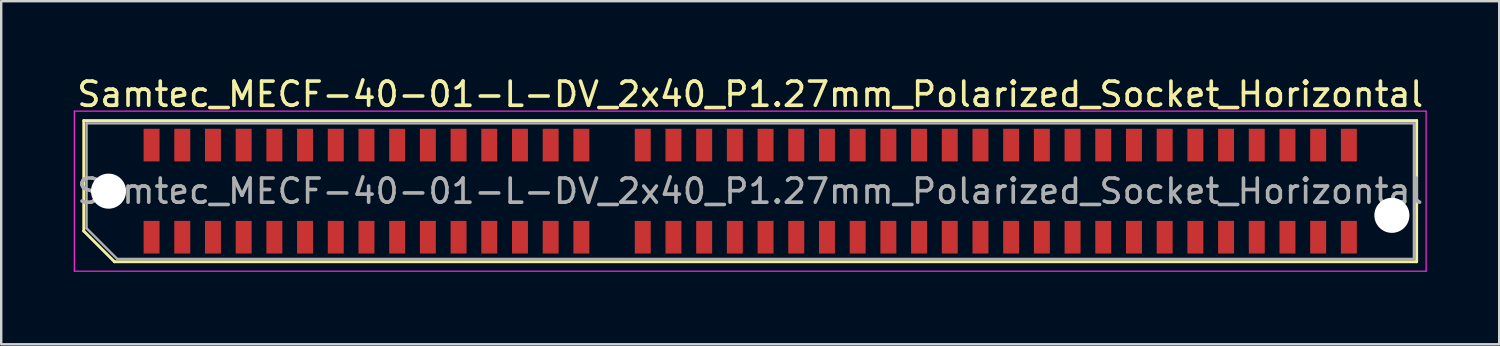
<source format=kicad_pcb>
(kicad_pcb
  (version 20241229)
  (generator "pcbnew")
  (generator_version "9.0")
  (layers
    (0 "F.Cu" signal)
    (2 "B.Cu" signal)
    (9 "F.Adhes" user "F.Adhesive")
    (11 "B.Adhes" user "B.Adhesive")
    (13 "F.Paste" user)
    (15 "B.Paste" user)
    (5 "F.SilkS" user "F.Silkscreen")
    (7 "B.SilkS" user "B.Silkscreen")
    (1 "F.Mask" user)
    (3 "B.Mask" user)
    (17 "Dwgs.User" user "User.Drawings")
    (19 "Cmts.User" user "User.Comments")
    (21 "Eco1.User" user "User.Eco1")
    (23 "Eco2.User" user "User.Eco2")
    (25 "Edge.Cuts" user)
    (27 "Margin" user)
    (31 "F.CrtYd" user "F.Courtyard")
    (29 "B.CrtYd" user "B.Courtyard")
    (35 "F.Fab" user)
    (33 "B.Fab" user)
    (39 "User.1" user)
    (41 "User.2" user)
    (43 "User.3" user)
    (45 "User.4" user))
  (footprint "Samtec_MECF-40-01-L-DV_2x40_P1.27mm_Polarized_Socket_Horizontal"
    (layer "F.Cu")
    (at 27.985 4.858)
    (property "Reference" "Samtec_MECF-40-01-L-DV_2x40_P1.27mm_Polarized_Socket_Horizontal" (at 0 -4.01 0) (layer "F.SilkS") (effects (font (size 1 1) (thickness 0.15))))
    (attr smd)
    (fp_line (start -27.57 -2.92) (end 27.57 -2.92) (stroke (width 0.12) (type solid)) (layer "F.SilkS"))
    (fp_line (start -27.57 1.65) (end -27.57 -2.92) (stroke (width 0.12) (type solid)) (layer "F.SilkS"))
    (fp_line (start -26.3 2.92) (end -27.57 1.65) (stroke (width 0.12) (type solid)) (layer "F.SilkS"))
    (fp_line (start -26.3 2.92) (end 27.57 2.92) (stroke (width 0.12) (type solid)) (layer "F.SilkS"))
    (fp_line (start 27.57 2.92) (end 27.57 -2.92) (stroke (width 0.12) (type solid)) (layer "F.SilkS"))
    (fp_line (start -27.96 -3.31) (end -27.96 3.31) (stroke (width 0.05) (type solid)) (layer "F.CrtYd"))
    (fp_line (start -27.96 3.31) (end 27.96 3.31) (stroke (width 0.05) (type solid)) (layer "F.CrtYd"))
    (fp_line (start 27.96 -3.31) (end -27.96 -3.31) (stroke (width 0.05) (type solid)) (layer "F.CrtYd"))
    (fp_line (start 27.96 3.31) (end 27.96 -3.31) (stroke (width 0.05) (type solid)) (layer "F.CrtYd"))
    (fp_line (start -27.455 -2.805) (end 27.455 -2.805) (stroke (width 0.1) (type solid)) (layer "F.Fab"))
    (fp_line (start -27.455 1.535) (end -27.455 -2.805) (stroke (width 0.1) (type solid)) (layer "F.Fab"))
    (fp_line (start -27.455 1.535) (end -26.185 2.805) (stroke (width 0.1) (type solid)) (layer "F.Fab"))
    (fp_line (start -26.185 2.805) (end 27.455 2.805) (stroke (width 0.1) (type solid)) (layer "F.Fab"))
    (fp_line (start 27.455 2.805) (end 27.455 -2.805) (stroke (width 0.1) (type solid)) (layer "F.Fab"))
    (fp_text user "${REFERENCE}" (at 0 0 0) (layer "F.Fab") (effects (font (size 1 1) (thickness 0.15))))
    (pad "" np_thru_hole circle (at -26.545 0) (size 1.45 1.45) (drill 1.45) (layers "*.Cu" "*.Mask"))
    (pad "" np_thru_hole circle (at 26.545 1) (size 1.45 1.45) (drill 1.45) (layers "*.Cu" "*.Mask"))
    (pad "1" smd rect (at -24.765 1.905) (size 0.66 1.35) (layers "F.Cu" "F.Mask" "F.Paste"))
    (pad "2" smd rect (at -24.765 -1.905) (size 0.66 1.35) (layers "F.Cu" "F.Mask" "F.Paste"))
    (pad "3" smd rect (at -23.495 1.905) (size 0.66 1.35) (layers "F.Cu" "F.Mask" "F.Paste"))
    (pad "4" smd rect (at -23.495 -1.905) (size 0.66 1.35) (layers "F.Cu" "F.Mask" "F.Paste"))
    (pad "5" smd rect (at -22.225 1.905) (size 0.66 1.35) (layers "F.Cu" "F.Mask" "F.Paste"))
    (pad "6" smd rect (at -22.225 -1.905) (size 0.66 1.35) (layers "F.Cu" "F.Mask" "F.Paste"))
    (pad "7" smd rect (at -20.955 1.905) (size 0.66 1.35) (layers "F.Cu" "F.Mask" "F.Paste"))
    (pad "8" smd rect (at -20.955 -1.905) (size 0.66 1.35) (layers "F.Cu" "F.Mask" "F.Paste"))
    (pad "9" smd rect (at -19.685 1.905) (size 0.66 1.35) (layers "F.Cu" "F.Mask" "F.Paste"))
    (pad "10" smd rect (at -19.685 -1.905) (size 0.66 1.35) (layers "F.Cu" "F.Mask" "F.Paste"))
    (pad "11" smd rect (at -18.415 1.905) (size 0.66 1.35) (layers "F.Cu" "F.Mask" "F.Paste"))
    (pad "12" smd rect (at -18.415 -1.905) (size 0.66 1.35) (layers "F.Cu" "F.Mask" "F.Paste"))
    (pad "13" smd rect (at -17.145 1.905) (size 0.66 1.35) (layers "F.Cu" "F.Mask" "F.Paste"))
    (pad "14" smd rect (at -17.145 -1.905) (size 0.66 1.35) (layers "F.Cu" "F.Mask" "F.Paste"))
    (pad "15" smd rect (at -15.875 1.905) (size 0.66 1.35) (layers "F.Cu" "F.Mask" "F.Paste"))
    (pad "16" smd rect (at -15.875 -1.905) (size 0.66 1.35) (layers "F.Cu" "F.Mask" "F.Paste"))
    (pad "17" smd rect (at -14.605 1.905) (size 0.66 1.35) (layers "F.Cu" "F.Mask" "F.Paste"))
    (pad "18" smd rect (at -14.605 -1.905) (size 0.66 1.35) (layers "F.Cu" "F.Mask" "F.Paste"))
    (pad "19" smd rect (at -13.335 1.905) (size 0.66 1.35) (layers "F.Cu" "F.Mask" "F.Paste"))
    (pad "20" smd rect (at -13.335 -1.905) (size 0.66 1.35) (layers "F.Cu" "F.Mask" "F.Paste"))
    (pad "21" smd rect (at -12.065 1.905) (size 0.66 1.35) (layers "F.Cu" "F.Mask" "F.Paste"))
    (pad "22" smd rect (at -12.065 -1.905) (size 0.66 1.35) (layers "F.Cu" "F.Mask" "F.Paste"))
    (pad "23" smd rect (at -10.795 1.905) (size 0.66 1.35) (layers "F.Cu" "F.Mask" "F.Paste"))
    (pad "24" smd rect (at -10.795 -1.905) (size 0.66 1.35) (layers "F.Cu" "F.Mask" "F.Paste"))
    (pad "25" smd rect (at -9.525 1.905) (size 0.66 1.35) (layers "F.Cu" "F.Mask" "F.Paste"))
    (pad "26" smd rect (at -9.525 -1.905) (size 0.66 1.35) (layers "F.Cu" "F.Mask" "F.Paste"))
    (pad "27" smd rect (at -8.255 1.905) (size 0.66 1.35) (layers "F.Cu" "F.Mask" "F.Paste"))
    (pad "28" smd rect (at -8.255 -1.905) (size 0.66 1.35) (layers "F.Cu" "F.Mask" "F.Paste"))
    (pad "29" smd rect (at -6.985 1.905) (size 0.66 1.35) (layers "F.Cu" "F.Mask" "F.Paste"))
    (pad "30" smd rect (at -6.985 -1.905) (size 0.66 1.35) (layers "F.Cu" "F.Mask" "F.Paste"))
    (pad "33" smd rect (at -4.445 1.905) (size 0.66 1.35) (layers "F.Cu" "F.Mask" "F.Paste"))
    (pad "34" smd rect (at -4.445 -1.905) (size 0.66 1.35) (layers "F.Cu" "F.Mask" "F.Paste"))
    (pad "35" smd rect (at -3.175 1.905) (size 0.66 1.35) (layers "F.Cu" "F.Mask" "F.Paste"))
    (pad "36" smd rect (at -3.175 -1.905) (size 0.66 1.35) (layers "F.Cu" "F.Mask" "F.Paste"))
    (pad "37" smd rect (at -1.905 1.905) (size 0.66 1.35) (layers "F.Cu" "F.Mask" "F.Paste"))
    (pad "38" smd rect (at -1.905 -1.905) (size 0.66 1.35) (layers "F.Cu" "F.Mask" "F.Paste"))
    (pad "39" smd rect (at -0.635 1.905) (size 0.66 1.35) (layers "F.Cu" "F.Mask" "F.Paste"))
    (pad "40" smd rect (at -0.635 -1.905) (size 0.66 1.35) (layers "F.Cu" "F.Mask" "F.Paste"))
    (pad "41" smd rect (at 0.635 1.905) (size 0.66 1.35) (layers "F.Cu" "F.Mask" "F.Paste"))
    (pad "42" smd rect (at 0.635 -1.905) (size 0.66 1.35) (layers "F.Cu" "F.Mask" "F.Paste"))
    (pad "43" smd rect (at 1.905 1.905) (size 0.66 1.35) (layers "F.Cu" "F.Mask" "F.Paste"))
    (pad "44" smd rect (at 1.905 -1.905) (size 0.66 1.35) (layers "F.Cu" "F.Mask" "F.Paste"))
    (pad "45" smd rect (at 3.175 1.905) (size 0.66 1.35) (layers "F.Cu" "F.Mask" "F.Paste"))
    (pad "46" smd rect (at 3.175 -1.905) (size 0.66 1.35) (layers "F.Cu" "F.Mask" "F.Paste"))
    (pad "47" smd rect (at 4.445 1.905) (size 0.66 1.35) (layers "F.Cu" "F.Mask" "F.Paste"))
    (pad "48" smd rect (at 4.445 -1.905) (size 0.66 1.35) (layers "F.Cu" "F.Mask" "F.Paste"))
    (pad "49" smd rect (at 5.715 1.905) (size 0.66 1.35) (layers "F.Cu" "F.Mask" "F.Paste"))
    (pad "50" smd rect (at 5.715 -1.905) (size 0.66 1.35) (layers "F.Cu" "F.Mask" "F.Paste"))
    (pad "51" smd rect (at 6.985 1.905) (size 0.66 1.35) (layers "F.Cu" "F.Mask" "F.Paste"))
    (pad "52" smd rect (at 6.985 -1.905) (size 0.66 1.35) (layers "F.Cu" "F.Mask" "F.Paste"))
    (pad "53" smd rect (at 8.255 1.905) (size 0.66 1.35) (layers "F.Cu" "F.Mask" "F.Paste"))
    (pad "54" smd rect (at 8.255 -1.905) (size 0.66 1.35) (layers "F.Cu" "F.Mask" "F.Paste"))
    (pad "55" smd rect (at 9.525 1.905) (size 0.66 1.35) (layers "F.Cu" "F.Mask" "F.Paste"))
    (pad "56" smd rect (at 9.525 -1.905) (size 0.66 1.35) (layers "F.Cu" "F.Mask" "F.Paste"))
    (pad "57" smd rect (at 10.795 1.905) (size 0.66 1.35) (layers "F.Cu" "F.Mask" "F.Paste"))
    (pad "58" smd rect (at 10.795 -1.905) (size 0.66 1.35) (layers "F.Cu" "F.Mask" "F.Paste"))
    (pad "59" smd rect (at 12.065 1.905) (size 0.66 1.35) (layers "F.Cu" "F.Mask" "F.Paste"))
    (pad "60" smd rect (at 12.065 -1.905) (size 0.66 1.35) (layers "F.Cu" "F.Mask" "F.Paste"))
    (pad "61" smd rect (at 13.335 1.905) (size 0.66 1.35) (layers "F.Cu" "F.Mask" "F.Paste"))
    (pad "62" smd rect (at 13.335 -1.905) (size 0.66 1.35) (layers "F.Cu" "F.Mask" "F.Paste"))
    (pad "63" smd rect (at 14.605 1.905) (size 0.66 1.35) (layers "F.Cu" "F.Mask" "F.Paste"))
    (pad "64" smd rect (at 14.605 -1.905) (size 0.66 1.35) (layers "F.Cu" "F.Mask" "F.Paste"))
    (pad "65" smd rect (at 15.875 1.905) (size 0.66 1.35) (layers "F.Cu" "F.Mask" "F.Paste"))
    (pad "66" smd rect (at 15.875 -1.905) (size 0.66 1.35) (layers "F.Cu" "F.Mask" "F.Paste"))
    (pad "67" smd rect (at 17.145 1.905) (size 0.66 1.35) (layers "F.Cu" "F.Mask" "F.Paste"))
    (pad "68" smd rect (at 17.145 -1.905) (size 0.66 1.35) (layers "F.Cu" "F.Mask" "F.Paste"))
    (pad "69" smd rect (at 18.415 1.905) (size 0.66 1.35) (layers "F.Cu" "F.Mask" "F.Paste"))
    (pad "70" smd rect (at 18.415 -1.905) (size 0.66 1.35) (layers "F.Cu" "F.Mask" "F.Paste"))
    (pad "71" smd rect (at 19.685 1.905) (size 0.66 1.35) (layers "F.Cu" "F.Mask" "F.Paste"))
    (pad "72" smd rect (at 19.685 -1.905) (size 0.66 1.35) (layers "F.Cu" "F.Mask" "F.Paste"))
    (pad "73" smd rect (at 20.955 1.905) (size 0.66 1.35) (layers "F.Cu" "F.Mask" "F.Paste"))
    (pad "74" smd rect (at 20.955 -1.905) (size 0.66 1.35) (layers "F.Cu" "F.Mask" "F.Paste"))
    (pad "75" smd rect (at 22.225 1.905) (size 0.66 1.35) (layers "F.Cu" "F.Mask" "F.Paste"))
    (pad "76" smd rect (at 22.225 -1.905) (size 0.66 1.35) (layers "F.Cu" "F.Mask" "F.Paste"))
    (pad "77" smd rect (at 23.495 1.905) (size 0.66 1.35) (layers "F.Cu" "F.Mask" "F.Paste"))
    (pad "78" smd rect (at 23.495 -1.905) (size 0.66 1.35) (layers "F.Cu" "F.Mask" "F.Paste"))
    (pad "79" smd rect (at 24.765 1.905) (size 0.66 1.35) (layers "F.Cu" "F.Mask" "F.Paste"))
    (pad "80" smd rect (at 24.765 -1.905) (size 0.66 1.35) (layers "F.Cu" "F.Mask" "F.Paste")))
  (gr_rect
    (start -3 -3)
    (end 58.97 11.193)
    (stroke (width 0.1) (type default))
    (fill no)
    (layer "Edge.Cuts")))
</source>
